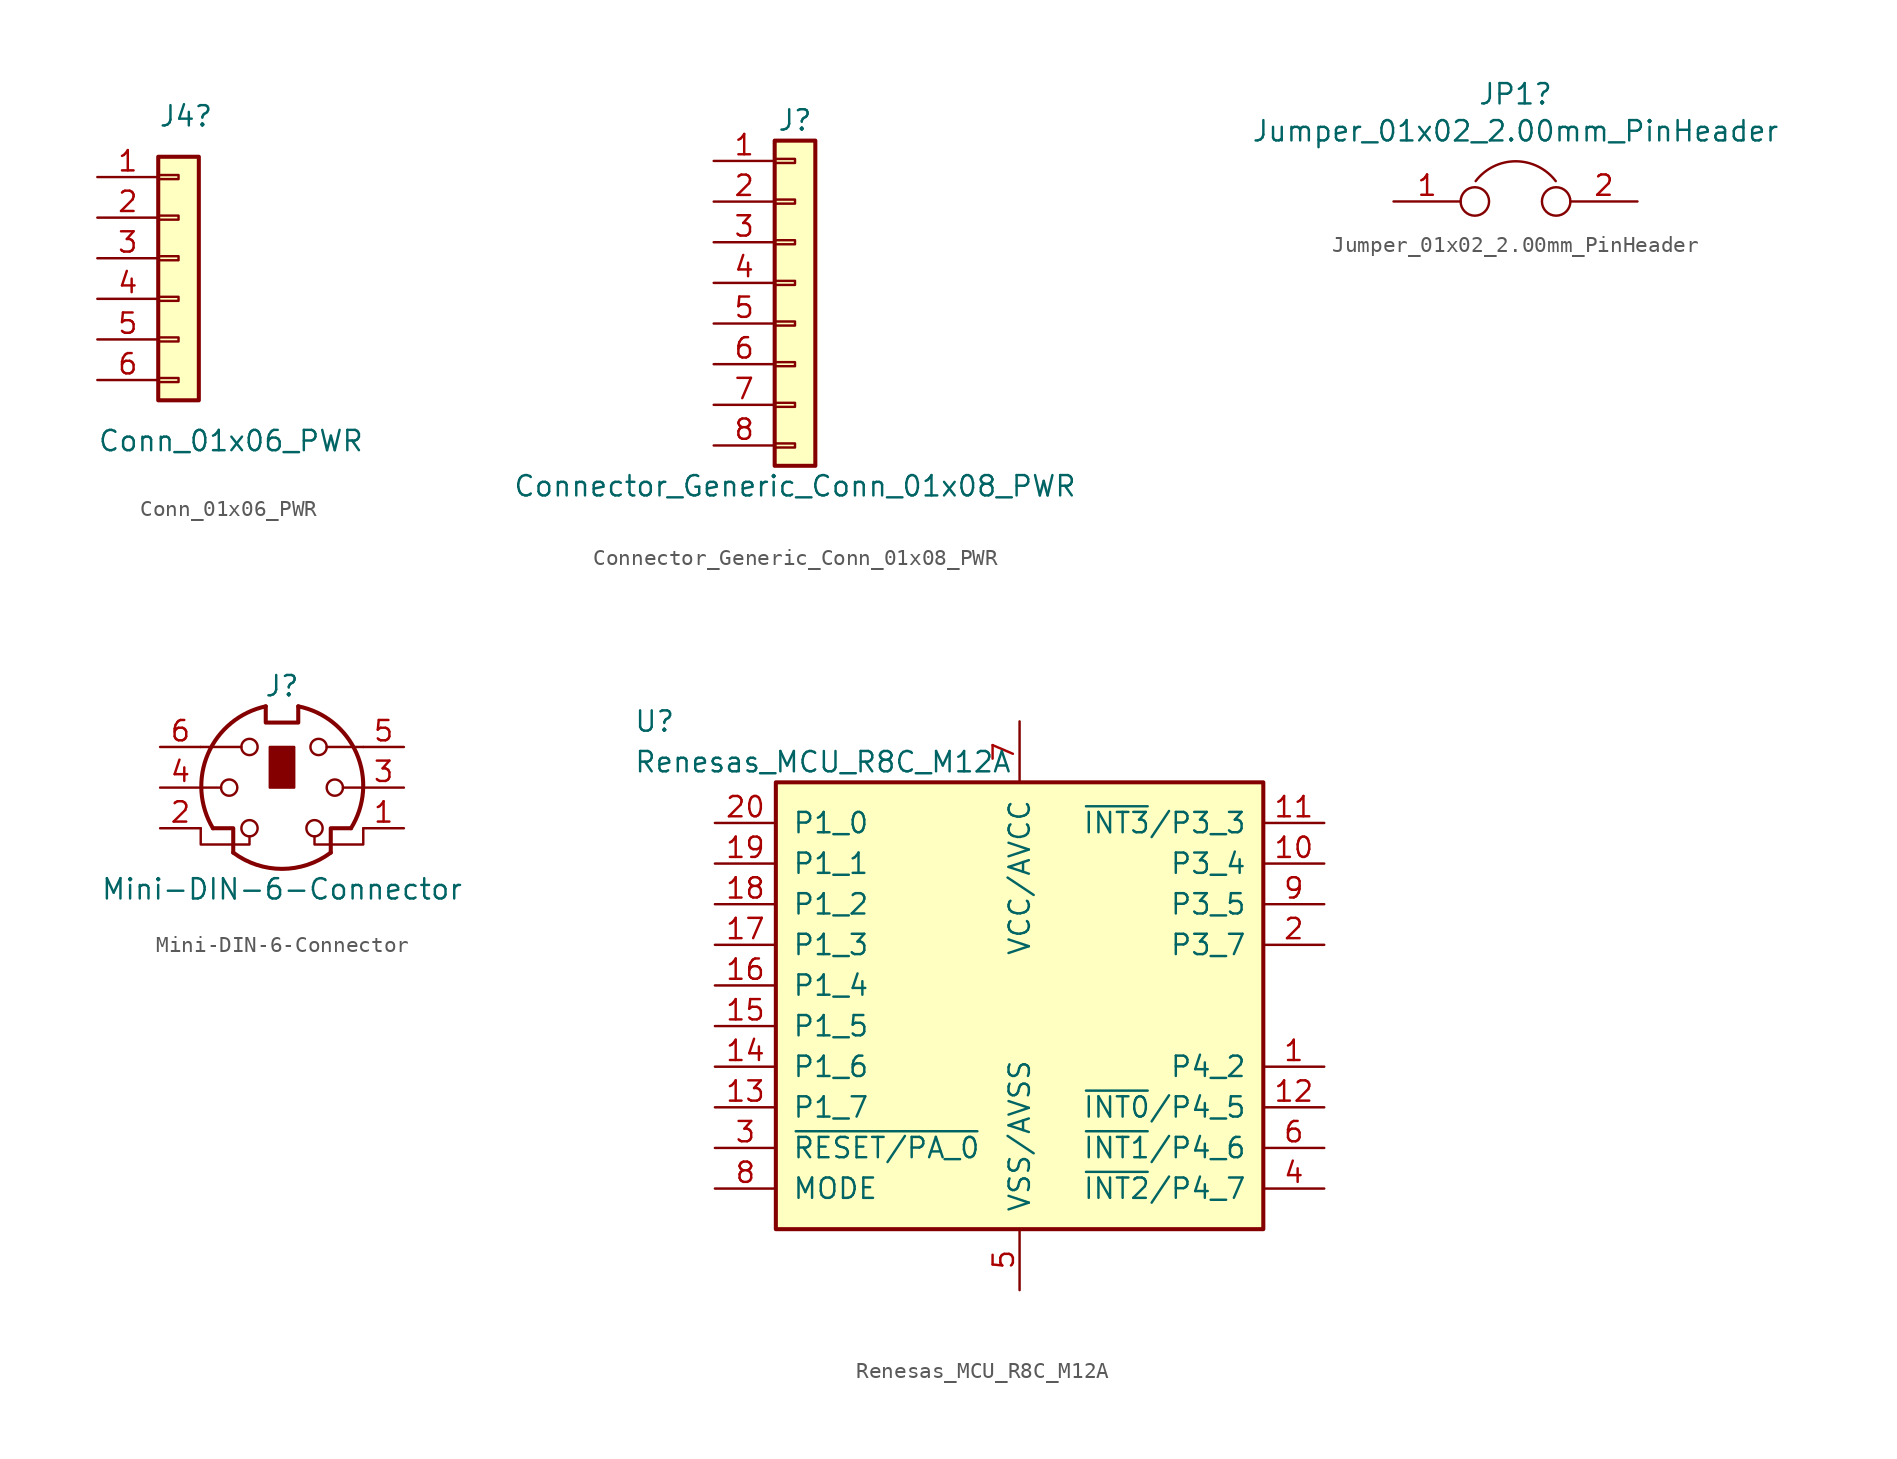
<source format=kicad_sym>
(kicad_symbol_lib
  (version 20211014)
  (generator kicad_symbol_editor)
  (symbol "Conn_01x06_PWR"
    (pin_names
      (offset 1.016) hide)
    (property "Reference" "J4"
      (at -1.27 8.89 0)
      (effects (font (size 1.27 1.27)) (justify left)))
    (property "Value" "Conn_01x06_PWR"
      (at -5.08 -11.43 0)
      (effects (font (size 1.27 1.27)) (justify left)))
    (symbol "Conn_01x06_PWR_1_1"
      (rectangle (start -1.27 -7.493) (end 0 -7.747) (stroke (width 0.152) (type default) (color 0 0 0 0)) (fill (type none)))
      (rectangle (start -1.27 -4.953) (end 0 -5.207) (stroke (width 0.152) (type default) (color 0 0 0 0)) (fill (type none)))
      (rectangle (start -1.27 -2.413) (end 0 -2.667) (stroke (width 0.152) (type default) (color 0 0 0 0)) (fill (type none)))
      (rectangle (start -1.27 0.127) (end 0 -0.127) (stroke (width 0.152) (type default) (color 0 0 0 0)) (fill (type none)))
      (rectangle (start -1.27 2.667) (end 0 2.413) (stroke (width 0.152) (type default) (color 0 0 0 0)) (fill (type none)))
      (rectangle (start -1.27 5.207) (end 0 4.953) (stroke (width 0.152) (type default) (color 0 0 0 0)) (fill (type none)))
      (rectangle (start -1.27 6.35) (end 1.27 -8.89) (stroke (width 0.254) (type default) (color 0 0 0 0)) (fill (type background)))
      (pin power_out line (at -5.08 5.08 0) (length 3.81) (name "Pin_1" (effects (font (size 1.27 1.27)))) (number "1" (effects (font (size 1.27 1.27)))))
      (pin passive line (at -5.08 2.54 0) (length 3.81) (name "Pin_2" (effects (font (size 1.27 1.27)))) (number "2" (effects (font (size 1.27 1.27)))))
      (pin passive line (at -5.08 0 0) (length 3.81) (name "Pin_3" (effects (font (size 1.27 1.27)))) (number "3" (effects (font (size 1.27 1.27)))))
      (pin passive line (at -5.08 -2.54 0) (length 3.81) (name "Pin_4" (effects (font (size 1.27 1.27)))) (number "4" (effects (font (size 1.27 1.27)))))
      (pin passive line (at -5.08 -5.08 0) (length 3.81) (name "Pin_5" (effects (font (size 1.27 1.27)))) (number "5" (effects (font (size 1.27 1.27)))))
      (pin power_out line (at -5.08 -7.62 0) (length 3.81) (name "Pin_6" (effects (font (size 1.27 1.27)))) (number "6" (effects (font (size 1.27 1.27)))))))
  (symbol "Connector_Generic_Conn_01x08_PWR"
    (pin_names
      (offset 1.016) hide)
    (property "Reference" "J"
      (at 0 10.16 0)
      (effects (font (size 1.27 1.27))))
    (property "Value" "Connector_Generic_Conn_01x08_PWR"
      (at 0 -12.7 0)
      (effects (font (size 1.27 1.27))))
    (symbol "Connector_Generic_Conn_01x08_PWR_1_1"
      (rectangle (start -1.27 -10.033) (end 0 -10.287) (stroke (width 0.152) (type default) (color 0 0 0 0)) (fill (type none)))
      (rectangle (start -1.27 -7.493) (end 0 -7.747) (stroke (width 0.152) (type default) (color 0 0 0 0)) (fill (type none)))
      (rectangle (start -1.27 -4.953) (end 0 -5.207) (stroke (width 0.152) (type default) (color 0 0 0 0)) (fill (type none)))
      (rectangle (start -1.27 -2.413) (end 0 -2.667) (stroke (width 0.152) (type default) (color 0 0 0 0)) (fill (type none)))
      (rectangle (start -1.27 0.127) (end 0 -0.127) (stroke (width 0.152) (type default) (color 0 0 0 0)) (fill (type none)))
      (rectangle (start -1.27 2.667) (end 0 2.413) (stroke (width 0.152) (type default) (color 0 0 0 0)) (fill (type none)))
      (rectangle (start -1.27 5.207) (end 0 4.953) (stroke (width 0.152) (type default) (color 0 0 0 0)) (fill (type none)))
      (rectangle (start -1.27 7.747) (end 0 7.493) (stroke (width 0.152) (type default) (color 0 0 0 0)) (fill (type none)))
      (rectangle (start -1.27 8.89) (end 1.27 -11.43) (stroke (width 0.254) (type default) (color 0 0 0 0)) (fill (type background)))
      (pin output line (at -5.08 7.62 0) (length 3.81) (name "Pin_1" (effects (font (size 1.27 1.27)))) (number "1" (effects (font (size 1.27 1.27)))))
      (pin passive line (at -5.08 5.08 0) (length 3.81) (name "Pin_2" (effects (font (size 1.27 1.27)))) (number "2" (effects (font (size 1.27 1.27)))))
      (pin passive line (at -5.08 2.54 0) (length 3.81) (name "Pin_3" (effects (font (size 1.27 1.27)))) (number "3" (effects (font (size 1.27 1.27)))))
      (pin passive line (at -5.08 0 0) (length 3.81) (name "Pin_4" (effects (font (size 1.27 1.27)))) (number "4" (effects (font (size 1.27 1.27)))))
      (pin passive line (at -5.08 -2.54 0) (length 3.81) (name "Pin_5" (effects (font (size 1.27 1.27)))) (number "5" (effects (font (size 1.27 1.27)))))
      (pin passive line (at -5.08 -5.08 0) (length 3.81) (name "Pin_6" (effects (font (size 1.27 1.27)))) (number "6" (effects (font (size 1.27 1.27)))))
      (pin passive line (at -5.08 -7.62 0) (length 3.81) (name "Pin_7" (effects (font (size 1.27 1.27)))) (number "7" (effects (font (size 1.27 1.27)))))
      (pin output line (at -5.08 -10.16 0) (length 3.81) (name "Pin_8" (effects (font (size 1.27 1.27)))) (number "8" (effects (font (size 1.27 1.27)))))))
  (symbol "Jumper_01x02_2.00mm_PinHeader"
    (pin_names
      (offset 0.762) hide)
    (property "Reference" "JP1"
      (at 0 6.706 0)
      (effects (font (size 1.27 1.27))))
    (property "Value" "Jumper_01x02_2.00mm_PinHeader"
      (at 0 4.394 0)
      (effects (font (size 1.27 1.27))))
    (symbol "Jumper_01x02_2.00mm_PinHeader_0_1"
      (circle (center -2.54 0) (radius 0.889) (stroke (width 0) (type default) (color 0 0 0 0)) (fill (type none)))
      (arc (start 2.5146 1.27) (mid 0.0127 2.5097) (end -2.4892 1.27) (stroke (width 0) (type default) (color 0 0 0 0)) (fill (type none)))
      (circle (center 2.54 0) (radius 0.889) (stroke (width 0) (type default) (color 0 0 0 0)) (fill (type none)))
      (pin passive line (at -7.62 0 0) (length 4.191) (name "1" (effects (font (size 1.27 1.27)))) (number "1" (effects (font (size 1.27 1.27)))))
      (pin passive line (at 7.62 0 180) (length 4.191) (name "2" (effects (font (size 1.27 1.27)))) (number "2" (effects (font (size 1.27 1.27)))))))
  (symbol "Mini-DIN-6-Connector"
    (pin_names
      (offset 1.016))
    (property "Reference" "J"
      (at 0 6.35 0)
      (effects (font (size 1.27 1.27))))
    (property "Value" "Mini-DIN-6-Connector"
      (at 0 -6.35 0)
      (effects (font (size 1.27 1.27))))
    (symbol "Mini-DIN-6-Connector_0_1"
      (circle (center -3.302 0) (radius 0.508) (stroke (width 0) (type default) (color 0 0 0 0)) (fill (type none)))
      (arc (start -3.048 -4.064) (mid 0 -5.08) (end 3.048 -4.064) (stroke (width 0.254) (type default) (color 0 0 0 0)) (fill (type none)))
      (circle (center -2.032 -2.54) (radius 0.508) (stroke (width 0) (type default) (color 0 0 0 0)) (fill (type none)))
      (circle (center -2.032 2.54) (radius 0.508) (stroke (width 0) (type default) (color 0 0 0 0)) (fill (type none)))
      (arc (start -1.016 5.08) (mid -4.6243 2.1182) (end -4.318 -2.54) (stroke (width 0.254) (type default) (color 0 0 0 0)) (fill (type none)))
      (rectangle (start -0.762 2.54) (end 0.762 0) (stroke (width 0) (type default) (color 0 0 0 0)) (fill (type outline)))
      (polyline (pts (xy -3.81 0) (xy -5.08 0)) (stroke (width 0) (type default) (color 0 0 0 0)) (fill (type none)))
      (polyline (pts (xy -2.54 2.54) (xy -5.08 2.54)) (stroke (width 0) (type default) (color 0 0 0 0)) (fill (type none)))
      (polyline (pts (xy 2.794 2.54) (xy 5.08 2.54)) (stroke (width 0) (type default) (color 0 0 0 0)) (fill (type none)))
      (polyline (pts (xy 5.08 0) (xy 3.81 0)) (stroke (width 0) (type default) (color 0 0 0 0)) (fill (type none)))
      (polyline (pts (xy -4.318 -2.54) (xy -3.048 -2.54) (xy -3.048 -4.064)) (stroke (width 0.254) (type default) (color 0 0 0 0)) (fill (type none)))
      (polyline (pts (xy 4.318 -2.54) (xy 3.048 -2.54) (xy 3.048 -4.064)) (stroke (width 0.254) (type default) (color 0 0 0 0)) (fill (type none)))
      (polyline (pts (xy -2.032 -3.048) (xy -2.032 -3.556) (xy -5.08 -3.556) (xy -5.08 -2.54)) (stroke (width 0) (type default) (color 0 0 0 0)) (fill (type none)))
      (polyline (pts (xy -1.016 5.08) (xy -1.016 4.064) (xy 1.016 4.064) (xy 1.016 5.08)) (stroke (width 0.254) (type default) (color 0 0 0 0)) (fill (type none)))
      (polyline (pts (xy 2.032 -3.048) (xy 2.032 -3.556) (xy 5.08 -3.556) (xy 5.08 -2.54)) (stroke (width 0) (type default) (color 0 0 0 0)) (fill (type none)))
      (circle (center 2.032 -2.54) (radius 0.508) (stroke (width 0) (type default) (color 0 0 0 0)) (fill (type none)))
      (circle (center 2.286 2.54) (radius 0.508) (stroke (width 0) (type default) (color 0 0 0 0)) (fill (type none)))
      (circle (center 3.302 0) (radius 0.508) (stroke (width 0) (type default) (color 0 0 0 0)) (fill (type none)))
      (arc (start 4.318 -2.54) (mid 4.6646 2.1357) (end 1.016 5.08) (stroke (width 0.254) (type default) (color 0 0 0 0)) (fill (type none))))
    (symbol "Mini-DIN-6-Connector_1_1"
      (pin passive line (at 7.62 -2.54 180) (length 2.54) (name "~" (effects (font (size 1.27 1.27)))) (number "1" (effects (font (size 1.27 1.27)))))
      (pin passive line (at -7.62 -2.54 0) (length 2.54) (name "~" (effects (font (size 1.27 1.27)))) (number "2" (effects (font (size 1.27 1.27)))))
      (pin passive line (at 7.62 0 180) (length 2.54) (name "~" (effects (font (size 1.27 1.27)))) (number "3" (effects (font (size 1.27 1.27)))))
      (pin passive line (at -7.62 0 0) (length 2.54) (name "~" (effects (font (size 1.27 1.27)))) (number "4" (effects (font (size 1.27 1.27)))))
      (pin passive line (at 7.62 2.54 180) (length 2.54) (name "~" (effects (font (size 1.27 1.27)))) (number "5" (effects (font (size 1.27 1.27)))))
      (pin passive line (at -7.62 2.54 0) (length 2.54) (name "~" (effects (font (size 1.27 1.27)))) (number "6" (effects (font (size 1.27 1.27)))))))
  (symbol "Renesas_MCU_R8C_M12A"
    (pin_names
      (offset 1.016))
    (property "Reference" "U"
      (at -24.13 17.78 0)
      (effects (font (size 1.27 1.27)) (justify left)))
    (property "Value" "Renesas_MCU_R8C_M12A"
      (at -24.13 15.24 0)
      (effects (font (size 1.27 1.27)) (justify left)))
    (symbol "Renesas_MCU_R8C_M12A_0_1"
      (rectangle (start 15.24 13.97) (end -15.24 -13.97) (stroke (width 0.254) (type default) (color 0 0 0 0)) (fill (type background))))
    (symbol "Renesas_MCU_R8C_M12A_1_1"
      (pin bidirectional line (at 19.05 -3.81 180) (length 3.81) (name "P4_2" (effects (font (size 1.27 1.27)))) (number "1" (effects (font (size 1.27 1.27)))))
      (pin bidirectional line (at 19.05 8.89 180) (length 3.81) (name "P3_4" (effects (font (size 1.27 1.27)))) (number "10" (effects (font (size 1.27 1.27)))))
      (pin bidirectional line (at 19.05 11.43 180) (length 3.81) (name "~{INT3}/P3_3" (effects (font (size 1.27 1.27)))) (number "11" (effects (font (size 1.27 1.27)))))
      (pin bidirectional line (at 19.05 -6.35 180) (length 3.81) (name "~{INT0}/P4_5" (effects (font (size 1.27 1.27)))) (number "12" (effects (font (size 1.27 1.27)))))
      (pin bidirectional line (at -19.05 -6.35 0) (length 3.81) (name "P1_7" (effects (font (size 1.27 1.27)))) (number "13" (effects (font (size 1.27 1.27)))))
      (pin bidirectional line (at -19.05 -3.81 0) (length 3.81) (name "P1_6" (effects (font (size 1.27 1.27)))) (number "14" (effects (font (size 1.27 1.27)))))
      (pin bidirectional line (at -19.05 -1.27 0) (length 3.81) (name "P1_5" (effects (font (size 1.27 1.27)))) (number "15" (effects (font (size 1.27 1.27)))))
      (pin bidirectional line (at -19.05 1.27 0) (length 3.81) (name "P1_4" (effects (font (size 1.27 1.27)))) (number "16" (effects (font (size 1.27 1.27)))))
      (pin bidirectional line (at -19.05 3.81 0) (length 3.81) (name "P1_3" (effects (font (size 1.27 1.27)))) (number "17" (effects (font (size 1.27 1.27)))))
      (pin bidirectional line (at -19.05 6.35 0) (length 3.81) (name "P1_2" (effects (font (size 1.27 1.27)))) (number "18" (effects (font (size 1.27 1.27)))))
      (pin bidirectional line (at -19.05 8.89 0) (length 3.81) (name "P1_1" (effects (font (size 1.27 1.27)))) (number "19" (effects (font (size 1.27 1.27)))))
      (pin bidirectional line (at 19.05 3.81 180) (length 3.81) (name "P3_7" (effects (font (size 1.27 1.27)))) (number "2" (effects (font (size 1.27 1.27)))))
      (pin bidirectional line (at -19.05 11.43 0) (length 3.81) (name "P1_0" (effects (font (size 1.27 1.27)))) (number "20" (effects (font (size 1.27 1.27)))))
      (pin bidirectional line (at -19.05 -8.89 0) (length 3.81) (name "~{RESET/PA_0}" (effects (font (size 1.27 1.27)))) (number "3" (effects (font (size 1.27 1.27)))))
      (pin bidirectional line (at 19.05 -11.43 180) (length 3.81) (name "~{INT2}/P4_7" (effects (font (size 1.27 1.27)))) (number "4" (effects (font (size 1.27 1.27)))))
      (pin power_in line (at 0 -17.78 90) (length 3.81) (name "VSS/AVSS" (effects (font (size 1.27 1.27)))) (number "5" (effects (font (size 1.27 1.27)))))
      (pin bidirectional line (at 19.05 -8.89 180) (length 3.81) (name "~{INT1}/P4_6" (effects (font (size 1.27 1.27)))) (number "6" (effects (font (size 1.27 1.27)))))
      (pin power_in line (at 0 17.78 270) (length 3.81) (name "VCC/AVCC" (effects (font (size 1.27 1.27)))) (number "7" (effects (font (size 1.27 1.27)))))
      (pin bidirectional line (at -19.05 -11.43 0) (length 3.81) (name "MODE" (effects (font (size 1.27 1.27)))) (number "8" (effects (font (size 1.27 1.27)))))
      (pin bidirectional line (at 19.05 6.35 180) (length 3.81) (name "P3_5" (effects (font (size 1.27 1.27)))) (number "9" (effects (font (size 1.27 1.27))))))))
</source>
